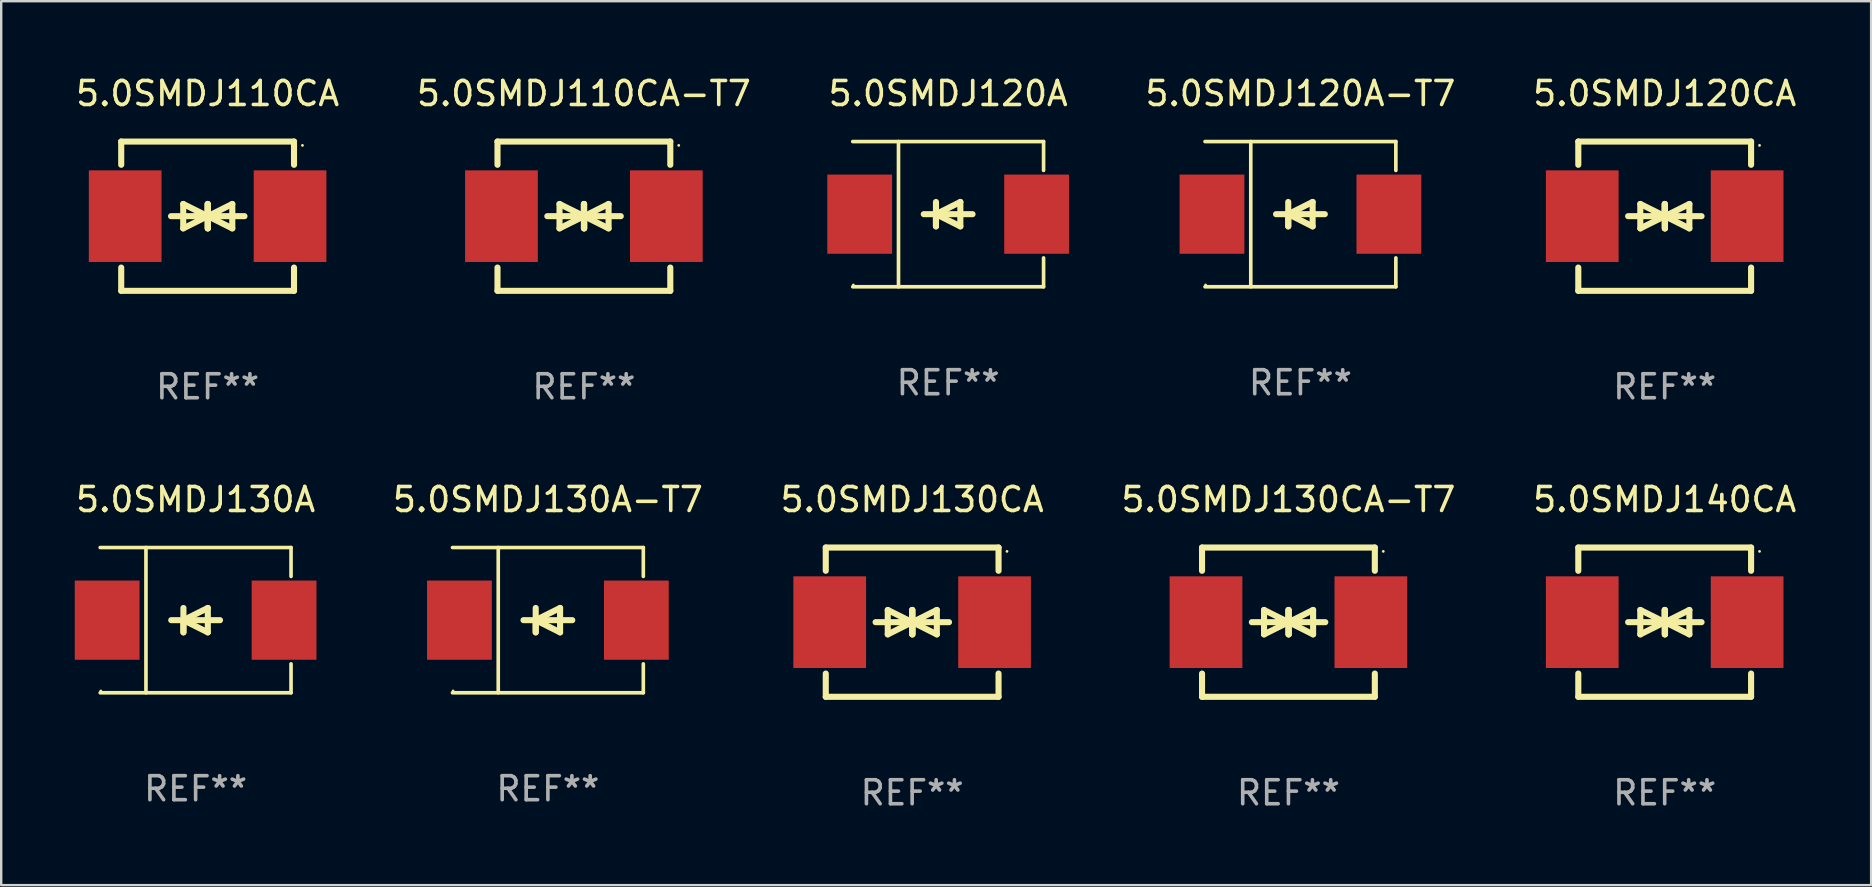
<source format=kicad_pcb>
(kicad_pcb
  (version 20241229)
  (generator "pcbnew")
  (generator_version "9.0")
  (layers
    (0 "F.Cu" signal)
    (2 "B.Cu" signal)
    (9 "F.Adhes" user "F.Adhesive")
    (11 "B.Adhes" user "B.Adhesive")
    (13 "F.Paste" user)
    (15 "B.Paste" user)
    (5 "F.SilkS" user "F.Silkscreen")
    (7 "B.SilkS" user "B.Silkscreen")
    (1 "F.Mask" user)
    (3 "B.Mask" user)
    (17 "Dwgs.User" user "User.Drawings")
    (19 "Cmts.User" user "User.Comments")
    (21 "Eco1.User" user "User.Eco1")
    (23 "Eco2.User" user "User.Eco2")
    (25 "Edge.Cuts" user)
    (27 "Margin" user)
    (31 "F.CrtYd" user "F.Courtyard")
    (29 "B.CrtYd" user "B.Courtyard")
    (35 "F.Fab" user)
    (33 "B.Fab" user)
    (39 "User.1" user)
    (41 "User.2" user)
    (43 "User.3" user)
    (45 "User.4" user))
  (footprint "5.0SMDJ110CA-T7"
    (layer "F.Cu")
    (at 21.28 5.958)
    (property "Reference" "5.0SMDJ110CA-T7" (at 0 -5.11 0) (layer "F.SilkS") (effects (font (size 1 1) (thickness 0.15))))
    (attr through_hole)
    (fp_line (start -3.6 -2.141) (end -3.6 -3.11) (stroke (width 0.254) (type solid)) (layer "F.SilkS"))
    (fp_line (start -3.6 3.11) (end -3.6 2.141) (stroke (width 0.254) (type solid)) (layer "F.SilkS"))
    (fp_line (start -1.524 0) (end 0.508 0) (stroke (width 0.254) (type solid)) (layer "F.SilkS"))
    (fp_line (start -1.016 -0.508) (end -1.016 0.508) (stroke (width 0.254) (type solid)) (layer "F.SilkS"))
    (fp_line (start -1.016 0.508) (end 0 0) (stroke (width 0.254) (type solid)) (layer "F.SilkS"))
    (fp_line (start 0 -0.508) (end 0 0.508) (stroke (width 0.254) (type solid)) (layer "F.SilkS"))
    (fp_line (start 0 0) (end -1.016 -0.508) (stroke (width 0.254) (type solid)) (layer "F.SilkS"))
    (fp_line (start 0 0) (end 0 -0.508) (stroke (width 0.254) (type solid)) (layer "F.SilkS"))
    (fp_line (start 0.012 0) (end 0.012 0.508) (stroke (width 0.254) (type solid)) (layer "F.SilkS"))
    (fp_line (start 0.012 0) (end 1.028 0.508) (stroke (width 0.254) (type solid)) (layer "F.SilkS"))
    (fp_line (start 0.012 0.508) (end 0.012 -0.508) (stroke (width 0.254) (type solid)) (layer "F.SilkS"))
    (fp_line (start 1.028 -0.508) (end 0.012 0) (stroke (width 0.254) (type solid)) (layer "F.SilkS"))
    (fp_line (start 1.028 0.508) (end 1.028 -0.508) (stroke (width 0.254) (type solid)) (layer "F.SilkS"))
    (fp_line (start 1.536 0) (end -0.496 0) (stroke (width 0.254) (type solid)) (layer "F.SilkS"))
    (fp_line (start 3.6 -3.11) (end -3.6 -3.11) (stroke (width 0.254) (type solid)) (layer "F.SilkS"))
    (fp_line (start 3.6 -2.141) (end 3.6 -3.11) (stroke (width 0.254) (type solid)) (layer "F.SilkS"))
    (fp_line (start 3.6 3.11) (end -3.6 3.11) (stroke (width 0.254) (type solid)) (layer "F.SilkS"))
    (fp_line (start 3.6 3.11) (end 3.6 2.141) (stroke (width 0.254) (type solid)) (layer "F.SilkS"))
    (fp_circle (center 3.952 -2.95) (end 3.982 -2.95) (stroke (width 0.06) (type solid)) (fill no) (layer "F.SilkS"))
    (fp_text user "REF**" (at 0 7.11 0) (layer "F.Fab") (effects (font (size 1 1) (thickness 0.15))))
    (pad "1" smd rect (at 3.435 0) (size 3.03 3.82) (layers "F.Cu" "F.Mask" "F.Paste"))
    (pad "2" smd rect (at -3.435 0) (size 3.03 3.82) (layers "F.Cu" "F.Mask" "F.Paste")))
  (footprint "5.0SMDJ140CA"
    (layer "F.Cu")
    (at 66.315 22.875)
    (property "Reference" "5.0SMDJ140CA" (at 0 -5.11 0) (layer "F.SilkS") (effects (font (size 1 1) (thickness 0.15))))
    (attr through_hole)
    (fp_line (start -3.6 -2.141) (end -3.6 -3.11) (stroke (width 0.254) (type solid)) (layer "F.SilkS"))
    (fp_line (start -3.6 3.11) (end -3.6 2.141) (stroke (width 0.254) (type solid)) (layer "F.SilkS"))
    (fp_line (start -1.524 0) (end 0.508 0) (stroke (width 0.254) (type solid)) (layer "F.SilkS"))
    (fp_line (start -1.016 -0.508) (end -1.016 0.508) (stroke (width 0.254) (type solid)) (layer "F.SilkS"))
    (fp_line (start -1.016 0.508) (end 0 0) (stroke (width 0.254) (type solid)) (layer "F.SilkS"))
    (fp_line (start 0 -0.508) (end 0 0.508) (stroke (width 0.254) (type solid)) (layer "F.SilkS"))
    (fp_line (start 0 0) (end -1.016 -0.508) (stroke (width 0.254) (type solid)) (layer "F.SilkS"))
    (fp_line (start 0 0) (end 0 -0.508) (stroke (width 0.254) (type solid)) (layer "F.SilkS"))
    (fp_line (start 0.012 0) (end 0.012 0.508) (stroke (width 0.254) (type solid)) (layer "F.SilkS"))
    (fp_line (start 0.012 0) (end 1.028 0.508) (stroke (width 0.254) (type solid)) (layer "F.SilkS"))
    (fp_line (start 0.012 0.508) (end 0.012 -0.508) (stroke (width 0.254) (type solid)) (layer "F.SilkS"))
    (fp_line (start 1.028 -0.508) (end 0.012 0) (stroke (width 0.254) (type solid)) (layer "F.SilkS"))
    (fp_line (start 1.028 0.508) (end 1.028 -0.508) (stroke (width 0.254) (type solid)) (layer "F.SilkS"))
    (fp_line (start 1.536 0) (end -0.496 0) (stroke (width 0.254) (type solid)) (layer "F.SilkS"))
    (fp_line (start 3.6 -3.11) (end -3.6 -3.11) (stroke (width 0.254) (type solid)) (layer "F.SilkS"))
    (fp_line (start 3.6 -2.141) (end 3.6 -3.11) (stroke (width 0.254) (type solid)) (layer "F.SilkS"))
    (fp_line (start 3.6 3.11) (end -3.6 3.11) (stroke (width 0.254) (type solid)) (layer "F.SilkS"))
    (fp_line (start 3.6 3.11) (end 3.6 2.141) (stroke (width 0.254) (type solid)) (layer "F.SilkS"))
    (fp_circle (center 3.952 -2.95) (end 3.982 -2.95) (stroke (width 0.06) (type solid)) (fill no) (layer "F.SilkS"))
    (fp_text user "REF**" (at 0 7.11 0) (layer "F.Fab") (effects (font (size 1 1) (thickness 0.15))))
    (pad "1" smd rect (at 3.435 0) (size 3.03 3.82) (layers "F.Cu" "F.Mask" "F.Paste"))
    (pad "2" smd rect (at -3.435 0) (size 3.03 3.82) (layers "F.Cu" "F.Mask" "F.Paste")))
  (footprint "5.0SMDJ120A"
    (layer "F.Cu")
    (at 36.458 5.874)
    (property "Reference" "5.0SMDJ120A" (at 0 -5.026 0) (layer "F.SilkS") (effects (font (size 1 1) (thickness 0.15))))
    (attr through_hole)
    (fp_line (start -3.976 -3.026) (end 3.976 -3.026) (stroke (width 0.152) (type solid)) (layer "F.SilkS"))
    (fp_line (start -3.976 3.026) (end 3.976 3.026) (stroke (width 0.152) (type solid)) (layer "F.SilkS"))
    (fp_line (start -2.069 -3.026) (end -2.069 3.026) (stroke (width 0.152) (type solid)) (layer "F.SilkS"))
    (fp_line (start -0.508 0) (end -0.508 0.508) (stroke (width 0.254) (type solid)) (layer "F.SilkS"))
    (fp_line (start -0.508 0) (end 0.508 0.508) (stroke (width 0.254) (type solid)) (layer "F.SilkS"))
    (fp_line (start -0.508 0.508) (end -0.508 -0.508) (stroke (width 0.254) (type solid)) (layer "F.SilkS"))
    (fp_line (start 0.508 -0.508) (end -0.508 0) (stroke (width 0.254) (type solid)) (layer "F.SilkS"))
    (fp_line (start 0.508 0.508) (end 0.508 -0.508) (stroke (width 0.254) (type solid)) (layer "F.SilkS"))
    (fp_line (start 1.016 0) (end -1.016 0) (stroke (width 0.254) (type solid)) (layer "F.SilkS"))
    (fp_line (start 3.976 -3.026) (end 3.976 -1.823) (stroke (width 0.152) (type solid)) (layer "F.SilkS"))
    (fp_line (start 3.976 3.026) (end 3.976 1.823) (stroke (width 0.152) (type solid)) (layer "F.SilkS"))
    (fp_circle (center -3.95 2.95) (end -3.92 2.95) (stroke (width 0.06) (type solid)) (fill no) (layer "F.SilkS"))
    (fp_text user "REF**" (at 0 7.026 0) (layer "F.Fab") (effects (font (size 1 1) (thickness 0.15))))
    (pad "1" smd rect (at -3.686 0) (size 2.7 3.3) (layers "F.Cu" "F.Mask" "F.Paste"))
    (pad "2" smd rect (at 3.686 0) (size 2.7 3.3) (layers "F.Cu" "F.Mask" "F.Paste")))
  (footprint "5.0SMDJ130A-T7"
    (layer "F.Cu")
    (at 19.78 22.791)
    (property "Reference" "5.0SMDJ130A-T7" (at 0 -5.026 0) (layer "F.SilkS") (effects (font (size 1 1) (thickness 0.15))))
    (attr through_hole)
    (fp_line (start -3.976 -3.026) (end 3.976 -3.026) (stroke (width 0.152) (type solid)) (layer "F.SilkS"))
    (fp_line (start -3.976 3.026) (end 3.976 3.026) (stroke (width 0.152) (type solid)) (layer "F.SilkS"))
    (fp_line (start -2.069 -3.026) (end -2.069 3.026) (stroke (width 0.152) (type solid)) (layer "F.SilkS"))
    (fp_line (start -0.508 0) (end -0.508 0.508) (stroke (width 0.254) (type solid)) (layer "F.SilkS"))
    (fp_line (start -0.508 0) (end 0.508 0.508) (stroke (width 0.254) (type solid)) (layer "F.SilkS"))
    (fp_line (start -0.508 0.508) (end -0.508 -0.508) (stroke (width 0.254) (type solid)) (layer "F.SilkS"))
    (fp_line (start 0.508 -0.508) (end -0.508 0) (stroke (width 0.254) (type solid)) (layer "F.SilkS"))
    (fp_line (start 0.508 0.508) (end 0.508 -0.508) (stroke (width 0.254) (type solid)) (layer "F.SilkS"))
    (fp_line (start 1.016 0) (end -1.016 0) (stroke (width 0.254) (type solid)) (layer "F.SilkS"))
    (fp_line (start 3.976 -3.026) (end 3.976 -1.823) (stroke (width 0.152) (type solid)) (layer "F.SilkS"))
    (fp_line (start 3.976 3.026) (end 3.976 1.823) (stroke (width 0.152) (type solid)) (layer "F.SilkS"))
    (fp_circle (center -3.95 2.95) (end -3.92 2.95) (stroke (width 0.06) (type solid)) (fill no) (layer "F.SilkS"))
    (fp_text user "REF**" (at 0 7.026 0) (layer "F.Fab") (effects (font (size 1 1) (thickness 0.15))))
    (pad "1" smd rect (at -3.686 0) (size 2.7 3.3) (layers "F.Cu" "F.Mask" "F.Paste"))
    (pad "2" smd rect (at 3.686 0) (size 2.7 3.3) (layers "F.Cu" "F.Mask" "F.Paste")))
  (footprint "5.0SMDJ120CA"
    (layer "F.Cu")
    (at 66.315 5.958)
    (property "Reference" "5.0SMDJ120CA" (at 0 -5.11 0) (layer "F.SilkS") (effects (font (size 1 1) (thickness 0.15))))
    (attr through_hole)
    (fp_line (start -3.6 -2.141) (end -3.6 -3.11) (stroke (width 0.254) (type solid)) (layer "F.SilkS"))
    (fp_line (start -3.6 3.11) (end -3.6 2.141) (stroke (width 0.254) (type solid)) (layer "F.SilkS"))
    (fp_line (start -1.524 0) (end 0.508 0) (stroke (width 0.254) (type solid)) (layer "F.SilkS"))
    (fp_line (start -1.016 -0.508) (end -1.016 0.508) (stroke (width 0.254) (type solid)) (layer "F.SilkS"))
    (fp_line (start -1.016 0.508) (end 0 0) (stroke (width 0.254) (type solid)) (layer "F.SilkS"))
    (fp_line (start 0 -0.508) (end 0 0.508) (stroke (width 0.254) (type solid)) (layer "F.SilkS"))
    (fp_line (start 0 0) (end -1.016 -0.508) (stroke (width 0.254) (type solid)) (layer "F.SilkS"))
    (fp_line (start 0 0) (end 0 -0.508) (stroke (width 0.254) (type solid)) (layer "F.SilkS"))
    (fp_line (start 0.012 0) (end 0.012 0.508) (stroke (width 0.254) (type solid)) (layer "F.SilkS"))
    (fp_line (start 0.012 0) (end 1.028 0.508) (stroke (width 0.254) (type solid)) (layer "F.SilkS"))
    (fp_line (start 0.012 0.508) (end 0.012 -0.508) (stroke (width 0.254) (type solid)) (layer "F.SilkS"))
    (fp_line (start 1.028 -0.508) (end 0.012 0) (stroke (width 0.254) (type solid)) (layer "F.SilkS"))
    (fp_line (start 1.028 0.508) (end 1.028 -0.508) (stroke (width 0.254) (type solid)) (layer "F.SilkS"))
    (fp_line (start 1.536 0) (end -0.496 0) (stroke (width 0.254) (type solid)) (layer "F.SilkS"))
    (fp_line (start 3.6 -3.11) (end -3.6 -3.11) (stroke (width 0.254) (type solid)) (layer "F.SilkS"))
    (fp_line (start 3.6 -2.141) (end 3.6 -3.11) (stroke (width 0.254) (type solid)) (layer "F.SilkS"))
    (fp_line (start 3.6 3.11) (end -3.6 3.11) (stroke (width 0.254) (type solid)) (layer "F.SilkS"))
    (fp_line (start 3.6 3.11) (end 3.6 2.141) (stroke (width 0.254) (type solid)) (layer "F.SilkS"))
    (fp_circle (center 3.952 -2.95) (end 3.982 -2.95) (stroke (width 0.06) (type solid)) (fill no) (layer "F.SilkS"))
    (fp_text user "REF**" (at 0 7.11 0) (layer "F.Fab") (effects (font (size 1 1) (thickness 0.15))))
    (pad "1" smd rect (at 3.435 0) (size 3.03 3.82) (layers "F.Cu" "F.Mask" "F.Paste"))
    (pad "2" smd rect (at -3.435 0) (size 3.03 3.82) (layers "F.Cu" "F.Mask" "F.Paste")))
  (footprint "5.0SMDJ130A"
    (layer "F.Cu")
    (at 5.101 22.791)
    (property "Reference" "5.0SMDJ130A" (at 0 -5.026 0) (layer "F.SilkS") (effects (font (size 1 1) (thickness 0.15))))
    (attr through_hole)
    (fp_line (start -3.976 -3.026) (end 3.976 -3.026) (stroke (width 0.152) (type solid)) (layer "F.SilkS"))
    (fp_line (start -3.976 3.026) (end 3.976 3.026) (stroke (width 0.152) (type solid)) (layer "F.SilkS"))
    (fp_line (start -2.069 -3.026) (end -2.069 3.026) (stroke (width 0.152) (type solid)) (layer "F.SilkS"))
    (fp_line (start -0.508 0) (end -0.508 0.508) (stroke (width 0.254) (type solid)) (layer "F.SilkS"))
    (fp_line (start -0.508 0) (end 0.508 0.508) (stroke (width 0.254) (type solid)) (layer "F.SilkS"))
    (fp_line (start -0.508 0.508) (end -0.508 -0.508) (stroke (width 0.254) (type solid)) (layer "F.SilkS"))
    (fp_line (start 0.508 -0.508) (end -0.508 0) (stroke (width 0.254) (type solid)) (layer "F.SilkS"))
    (fp_line (start 0.508 0.508) (end 0.508 -0.508) (stroke (width 0.254) (type solid)) (layer "F.SilkS"))
    (fp_line (start 1.016 0) (end -1.016 0) (stroke (width 0.254) (type solid)) (layer "F.SilkS"))
    (fp_line (start 3.976 -3.026) (end 3.976 -1.823) (stroke (width 0.152) (type solid)) (layer "F.SilkS"))
    (fp_line (start 3.976 3.026) (end 3.976 1.823) (stroke (width 0.152) (type solid)) (layer "F.SilkS"))
    (fp_circle (center -3.95 2.95) (end -3.92 2.95) (stroke (width 0.06) (type solid)) (fill no) (layer "F.SilkS"))
    (fp_text user "REF**" (at 0 7.026 0) (layer "F.Fab") (effects (font (size 1 1) (thickness 0.15))))
    (pad "1" smd rect (at -3.686 0) (size 2.7 3.3) (layers "F.Cu" "F.Mask" "F.Paste"))
    (pad "2" smd rect (at 3.686 0) (size 2.7 3.3) (layers "F.Cu" "F.Mask" "F.Paste")))
  (footprint "5.0SMDJ110CA"
    (layer "F.Cu")
    (at 5.601 5.958)
    (property "Reference" "5.0SMDJ110CA" (at 0 -5.11 0) (layer "F.SilkS") (effects (font (size 1 1) (thickness 0.15))))
    (attr through_hole)
    (fp_line (start -3.6 -2.141) (end -3.6 -3.11) (stroke (width 0.254) (type solid)) (layer "F.SilkS"))
    (fp_line (start -3.6 3.11) (end -3.6 2.141) (stroke (width 0.254) (type solid)) (layer "F.SilkS"))
    (fp_line (start -1.524 0) (end 0.508 0) (stroke (width 0.254) (type solid)) (layer "F.SilkS"))
    (fp_line (start -1.016 -0.508) (end -1.016 0.508) (stroke (width 0.254) (type solid)) (layer "F.SilkS"))
    (fp_line (start -1.016 0.508) (end 0 0) (stroke (width 0.254) (type solid)) (layer "F.SilkS"))
    (fp_line (start 0 -0.508) (end 0 0.508) (stroke (width 0.254) (type solid)) (layer "F.SilkS"))
    (fp_line (start 0 0) (end -1.016 -0.508) (stroke (width 0.254) (type solid)) (layer "F.SilkS"))
    (fp_line (start 0 0) (end 0 -0.508) (stroke (width 0.254) (type solid)) (layer "F.SilkS"))
    (fp_line (start 0.012 0) (end 0.012 0.508) (stroke (width 0.254) (type solid)) (layer "F.SilkS"))
    (fp_line (start 0.012 0) (end 1.028 0.508) (stroke (width 0.254) (type solid)) (layer "F.SilkS"))
    (fp_line (start 0.012 0.508) (end 0.012 -0.508) (stroke (width 0.254) (type solid)) (layer "F.SilkS"))
    (fp_line (start 1.028 -0.508) (end 0.012 0) (stroke (width 0.254) (type solid)) (layer "F.SilkS"))
    (fp_line (start 1.028 0.508) (end 1.028 -0.508) (stroke (width 0.254) (type solid)) (layer "F.SilkS"))
    (fp_line (start 1.536 0) (end -0.496 0) (stroke (width 0.254) (type solid)) (layer "F.SilkS"))
    (fp_line (start 3.6 -3.11) (end -3.6 -3.11) (stroke (width 0.254) (type solid)) (layer "F.SilkS"))
    (fp_line (start 3.6 -2.141) (end 3.6 -3.11) (stroke (width 0.254) (type solid)) (layer "F.SilkS"))
    (fp_line (start 3.6 3.11) (end -3.6 3.11) (stroke (width 0.254) (type solid)) (layer "F.SilkS"))
    (fp_line (start 3.6 3.11) (end 3.6 2.141) (stroke (width 0.254) (type solid)) (layer "F.SilkS"))
    (fp_circle (center 3.952 -2.95) (end 3.982 -2.95) (stroke (width 0.06) (type solid)) (fill no) (layer "F.SilkS"))
    (fp_text user "REF**" (at 0 7.11 0) (layer "F.Fab") (effects (font (size 1 1) (thickness 0.15))))
    (pad "1" smd rect (at 3.435 0) (size 3.03 3.82) (layers "F.Cu" "F.Mask" "F.Paste"))
    (pad "2" smd rect (at -3.435 0) (size 3.03 3.82) (layers "F.Cu" "F.Mask" "F.Paste")))
  (footprint "5.0SMDJ120A-T7"
    (layer "F.Cu")
    (at 51.137 5.874)
    (property "Reference" "5.0SMDJ120A-T7" (at 0 -5.026 0) (layer "F.SilkS") (effects (font (size 1 1) (thickness 0.15))))
    (attr through_hole)
    (fp_line (start -3.976 -3.026) (end 3.976 -3.026) (stroke (width 0.152) (type solid)) (layer "F.SilkS"))
    (fp_line (start -3.976 3.026) (end 3.976 3.026) (stroke (width 0.152) (type solid)) (layer "F.SilkS"))
    (fp_line (start -2.069 -3.026) (end -2.069 3.026) (stroke (width 0.152) (type solid)) (layer "F.SilkS"))
    (fp_line (start -0.508 0) (end -0.508 0.508) (stroke (width 0.254) (type solid)) (layer "F.SilkS"))
    (fp_line (start -0.508 0) (end 0.508 0.508) (stroke (width 0.254) (type solid)) (layer "F.SilkS"))
    (fp_line (start -0.508 0.508) (end -0.508 -0.508) (stroke (width 0.254) (type solid)) (layer "F.SilkS"))
    (fp_line (start 0.508 -0.508) (end -0.508 0) (stroke (width 0.254) (type solid)) (layer "F.SilkS"))
    (fp_line (start 0.508 0.508) (end 0.508 -0.508) (stroke (width 0.254) (type solid)) (layer "F.SilkS"))
    (fp_line (start 1.016 0) (end -1.016 0) (stroke (width 0.254) (type solid)) (layer "F.SilkS"))
    (fp_line (start 3.976 -3.026) (end 3.976 -1.823) (stroke (width 0.152) (type solid)) (layer "F.SilkS"))
    (fp_line (start 3.976 3.026) (end 3.976 1.823) (stroke (width 0.152) (type solid)) (layer "F.SilkS"))
    (fp_circle (center -3.95 2.95) (end -3.92 2.95) (stroke (width 0.06) (type solid)) (fill no) (layer "F.SilkS"))
    (fp_text user "REF**" (at 0 7.026 0) (layer "F.Fab") (effects (font (size 1 1) (thickness 0.15))))
    (pad "1" smd rect (at -3.686 0) (size 2.7 3.3) (layers "F.Cu" "F.Mask" "F.Paste"))
    (pad "2" smd rect (at 3.686 0) (size 2.7 3.3) (layers "F.Cu" "F.Mask" "F.Paste")))
  (footprint "5.0SMDJ130CA-T7"
    (layer "F.Cu")
    (at 50.637 22.875)
    (property "Reference" "5.0SMDJ130CA-T7" (at 0 -5.11 0) (layer "F.SilkS") (effects (font (size 1 1) (thickness 0.15))))
    (attr through_hole)
    (fp_line (start -3.6 -2.141) (end -3.6 -3.11) (stroke (width 0.254) (type solid)) (layer "F.SilkS"))
    (fp_line (start -3.6 3.11) (end -3.6 2.141) (stroke (width 0.254) (type solid)) (layer "F.SilkS"))
    (fp_line (start -1.524 0) (end 0.508 0) (stroke (width 0.254) (type solid)) (layer "F.SilkS"))
    (fp_line (start -1.016 -0.508) (end -1.016 0.508) (stroke (width 0.254) (type solid)) (layer "F.SilkS"))
    (fp_line (start -1.016 0.508) (end 0 0) (stroke (width 0.254) (type solid)) (layer "F.SilkS"))
    (fp_line (start 0 -0.508) (end 0 0.508) (stroke (width 0.254) (type solid)) (layer "F.SilkS"))
    (fp_line (start 0 0) (end -1.016 -0.508) (stroke (width 0.254) (type solid)) (layer "F.SilkS"))
    (fp_line (start 0 0) (end 0 -0.508) (stroke (width 0.254) (type solid)) (layer "F.SilkS"))
    (fp_line (start 0.012 0) (end 0.012 0.508) (stroke (width 0.254) (type solid)) (layer "F.SilkS"))
    (fp_line (start 0.012 0) (end 1.028 0.508) (stroke (width 0.254) (type solid)) (layer "F.SilkS"))
    (fp_line (start 0.012 0.508) (end 0.012 -0.508) (stroke (width 0.254) (type solid)) (layer "F.SilkS"))
    (fp_line (start 1.028 -0.508) (end 0.012 0) (stroke (width 0.254) (type solid)) (layer "F.SilkS"))
    (fp_line (start 1.028 0.508) (end 1.028 -0.508) (stroke (width 0.254) (type solid)) (layer "F.SilkS"))
    (fp_line (start 1.536 0) (end -0.496 0) (stroke (width 0.254) (type solid)) (layer "F.SilkS"))
    (fp_line (start 3.6 -3.11) (end -3.6 -3.11) (stroke (width 0.254) (type solid)) (layer "F.SilkS"))
    (fp_line (start 3.6 -2.141) (end 3.6 -3.11) (stroke (width 0.254) (type solid)) (layer "F.SilkS"))
    (fp_line (start 3.6 3.11) (end -3.6 3.11) (stroke (width 0.254) (type solid)) (layer "F.SilkS"))
    (fp_line (start 3.6 3.11) (end 3.6 2.141) (stroke (width 0.254) (type solid)) (layer "F.SilkS"))
    (fp_circle (center 3.952 -2.95) (end 3.982 -2.95) (stroke (width 0.06) (type solid)) (fill no) (layer "F.SilkS"))
    (fp_text user "REF**" (at 0 7.11 0) (layer "F.Fab") (effects (font (size 1 1) (thickness 0.15))))
    (pad "1" smd rect (at 3.435 0) (size 3.03 3.82) (layers "F.Cu" "F.Mask" "F.Paste"))
    (pad "2" smd rect (at -3.435 0) (size 3.03 3.82) (layers "F.Cu" "F.Mask" "F.Paste")))
  (footprint "5.0SMDJ130CA"
    (layer "F.Cu")
    (at 34.958 22.875)
    (property "Reference" "5.0SMDJ130CA" (at 0 -5.11 0) (layer "F.SilkS") (effects (font (size 1 1) (thickness 0.15))))
    (attr through_hole)
    (fp_line (start -3.6 -2.141) (end -3.6 -3.11) (stroke (width 0.254) (type solid)) (layer "F.SilkS"))
    (fp_line (start -3.6 3.11) (end -3.6 2.141) (stroke (width 0.254) (type solid)) (layer "F.SilkS"))
    (fp_line (start -1.524 0) (end 0.508 0) (stroke (width 0.254) (type solid)) (layer "F.SilkS"))
    (fp_line (start -1.016 -0.508) (end -1.016 0.508) (stroke (width 0.254) (type solid)) (layer "F.SilkS"))
    (fp_line (start -1.016 0.508) (end 0 0) (stroke (width 0.254) (type solid)) (layer "F.SilkS"))
    (fp_line (start 0 -0.508) (end 0 0.508) (stroke (width 0.254) (type solid)) (layer "F.SilkS"))
    (fp_line (start 0 0) (end -1.016 -0.508) (stroke (width 0.254) (type solid)) (layer "F.SilkS"))
    (fp_line (start 0 0) (end 0 -0.508) (stroke (width 0.254) (type solid)) (layer "F.SilkS"))
    (fp_line (start 0.012 0) (end 0.012 0.508) (stroke (width 0.254) (type solid)) (layer "F.SilkS"))
    (fp_line (start 0.012 0) (end 1.028 0.508) (stroke (width 0.254) (type solid)) (layer "F.SilkS"))
    (fp_line (start 0.012 0.508) (end 0.012 -0.508) (stroke (width 0.254) (type solid)) (layer "F.SilkS"))
    (fp_line (start 1.028 -0.508) (end 0.012 0) (stroke (width 0.254) (type solid)) (layer "F.SilkS"))
    (fp_line (start 1.028 0.508) (end 1.028 -0.508) (stroke (width 0.254) (type solid)) (layer "F.SilkS"))
    (fp_line (start 1.536 0) (end -0.496 0) (stroke (width 0.254) (type solid)) (layer "F.SilkS"))
    (fp_line (start 3.6 -3.11) (end -3.6 -3.11) (stroke (width 0.254) (type solid)) (layer "F.SilkS"))
    (fp_line (start 3.6 -2.141) (end 3.6 -3.11) (stroke (width 0.254) (type solid)) (layer "F.SilkS"))
    (fp_line (start 3.6 3.11) (end -3.6 3.11) (stroke (width 0.254) (type solid)) (layer "F.SilkS"))
    (fp_line (start 3.6 3.11) (end 3.6 2.141) (stroke (width 0.254) (type solid)) (layer "F.SilkS"))
    (fp_circle (center 3.952 -2.95) (end 3.982 -2.95) (stroke (width 0.06) (type solid)) (fill no) (layer "F.SilkS"))
    (fp_text user "REF**" (at 0 7.11 0) (layer "F.Fab") (effects (font (size 1 1) (thickness 0.15))))
    (pad "1" smd rect (at 3.435 0) (size 3.03 3.82) (layers "F.Cu" "F.Mask" "F.Paste"))
    (pad "2" smd rect (at -3.435 0) (size 3.03 3.82) (layers "F.Cu" "F.Mask" "F.Paste")))
  (gr_rect
    (start -3 -3)
    (end 74.917 33.833)
    (stroke (width 0.1) (type default))
    (fill no)
    (layer "Edge.Cuts")))
</source>
